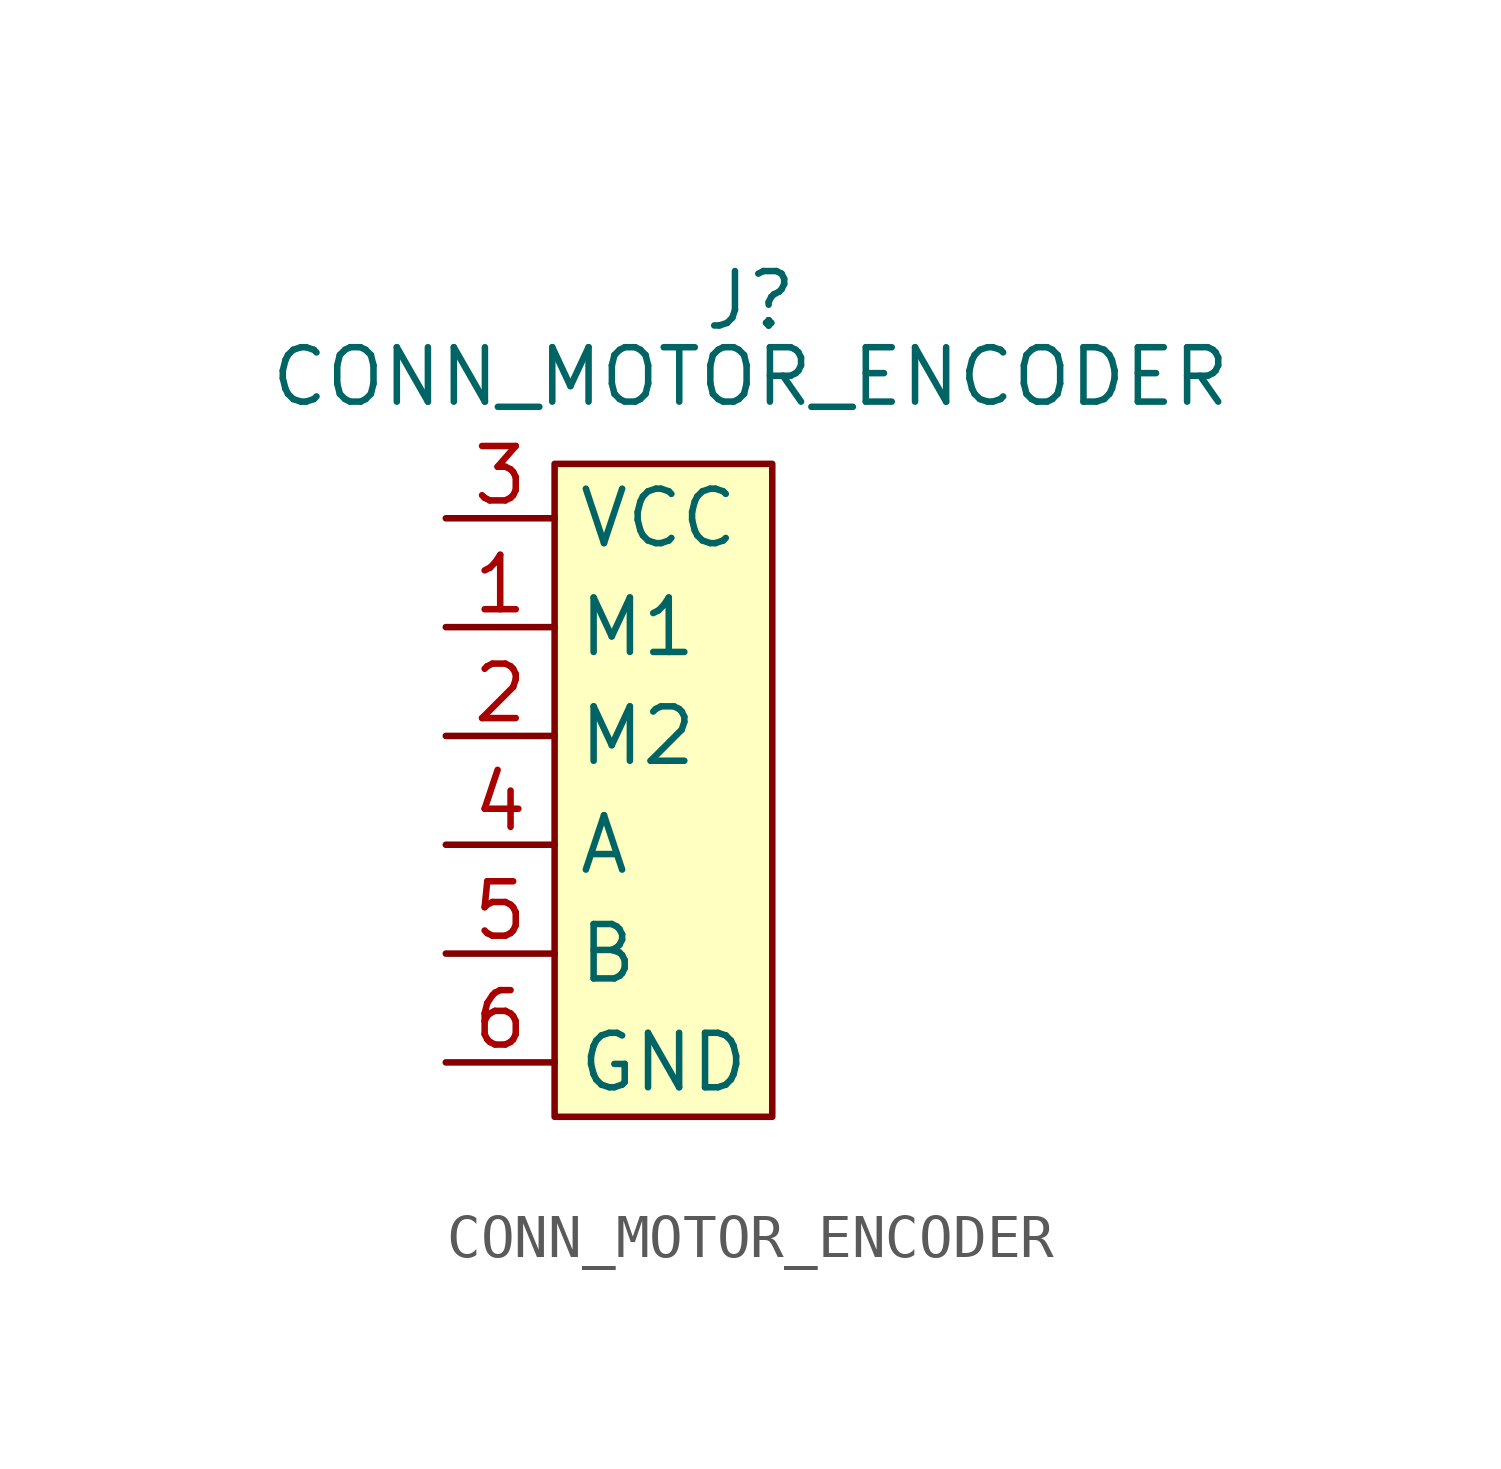
<source format=kicad_sym>
(kicad_symbol_lib
  (version 20231120)
  (generator "kicad_symbol_editor")
  (generator_version "8.0")
  (symbol "CONN_MOTOR_ENCODER"
    (property "Reference" "J"
      (at 4.572 5.08 0)
      (effects (font (size 1.27 1.27))))
    (property "Value" "CONN_MOTOR_ENCODER"
      (at 4.572 3.302 0)
      (effects (font (size 1.27 1.27))))
    (symbol "CONN_MOTOR_ENCODER_0_0"
      (pin passive line (at -2.54 -2.54 0) (length 2.54) (name "M1" (effects (font (size 1.27 1.27)))) (number "1" (effects (font (size 1.27 1.27)))))
      (pin passive line (at -2.54 -7.62 0) (length 2.54) (name "A" (effects (font (size 1.27 1.27)))) (number "4" (effects (font (size 1.27 1.27))))))
    (symbol "CONN_MOTOR_ENCODER_1_0"
      (pin passive line (at -2.54 -5.08 0) (length 2.54) (name "M2" (effects (font (size 1.27 1.27)))) (number "2" (effects (font (size 1.27 1.27)))))
      (pin passive line (at -2.54 0 0) (length 2.54) (name "VCC" (effects (font (size 1.27 1.27)))) (number "3" (effects (font (size 1.27 1.27)))))
      (pin passive line (at -2.54 -10.16 0) (length 2.54) (name "B" (effects (font (size 1.27 1.27)))) (number "5" (effects (font (size 1.27 1.27)))))
      (pin passive line (at -2.54 -12.7 0) (length 2.54) (name "GND" (effects (font (size 1.27 1.27)))) (number "6" (effects (font (size 1.27 1.27))))))
    (symbol "CONN_MOTOR_ENCODER_1_1"
      (rectangle (start 0 1.27) (end 5.08 -13.97) (stroke (width 0) (type default)) (fill (type background))))))
</source>
